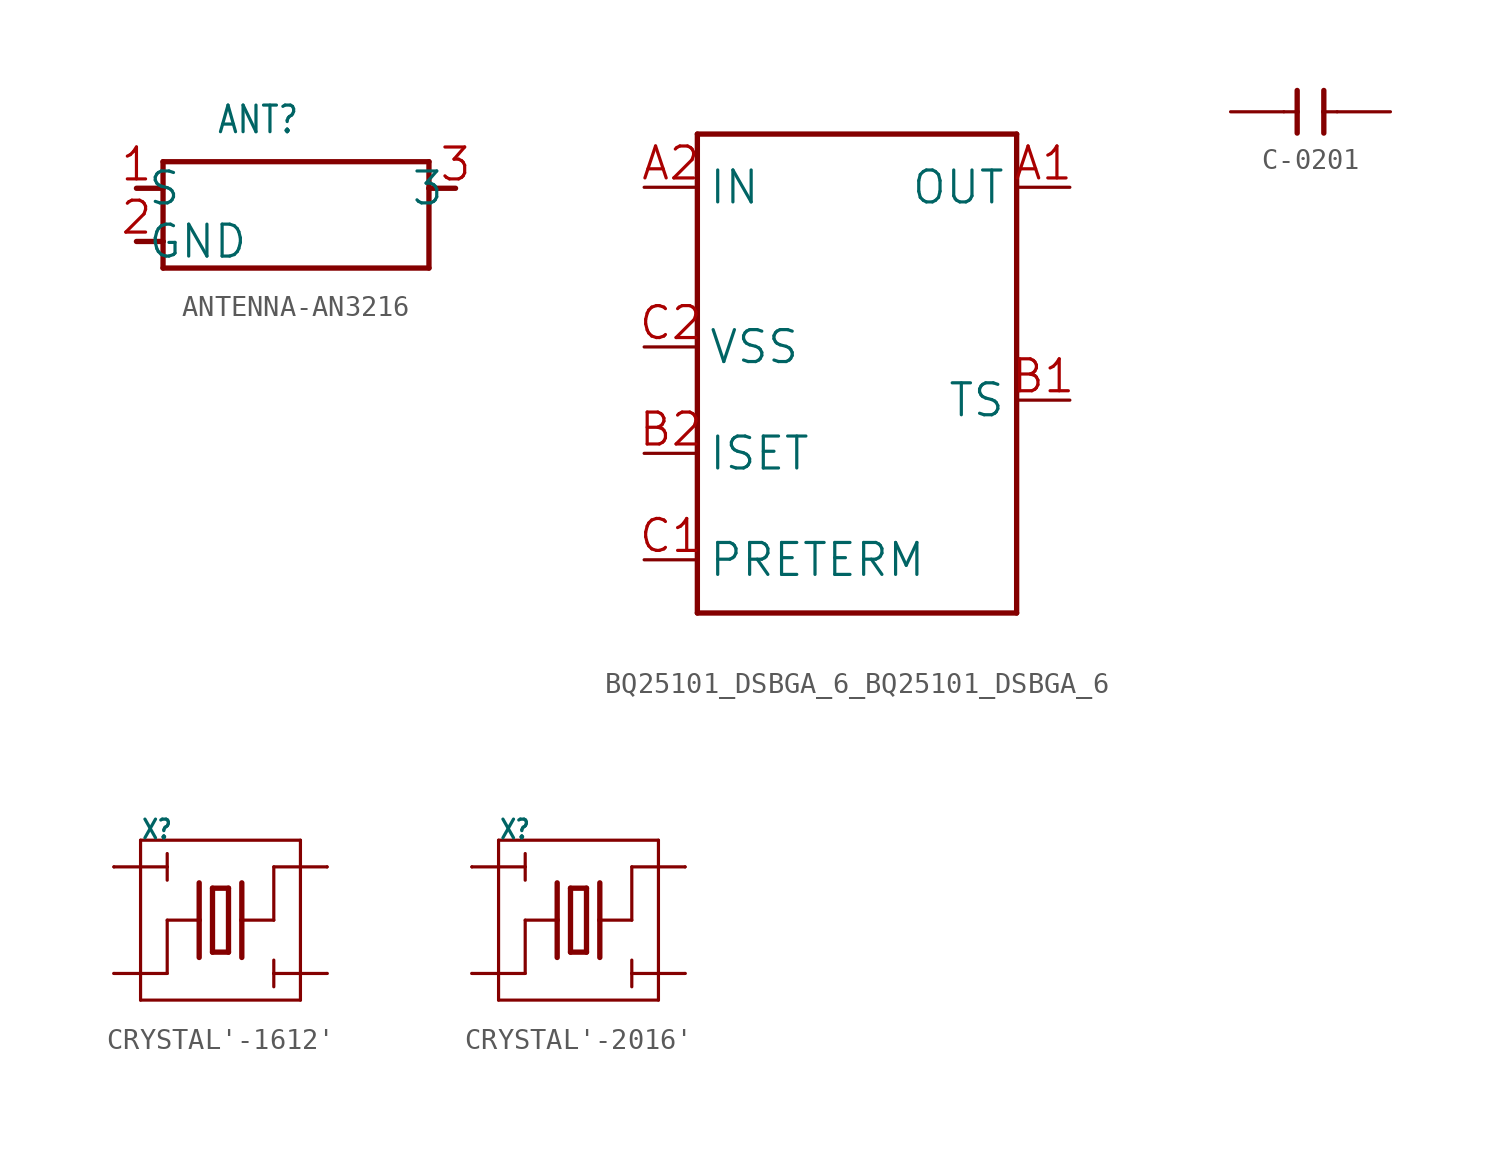
<source format=kicad_sym>
(kicad_symbol_lib
  (version 20241209)
  (generator "kicad_symbol_editor")
  (generator_version "9.0")
  (symbol "ANTENNA-AN3216"
    (property "Reference" "ANT"
      (at 0 5.08 0)
      (effects (font (size 1.27 1.079)) (justify left bottom)))
    (property "Value" ""
      (at 0 3.81 0)
      (effects (font (size 1.27 1.079)) (justify left bottom)))
    (property "ki_locked" ""
      (at 0 0 0)
      (effects (font (size 1.27 1.27))))
    (symbol "ANTENNA-AN3216_1_0"
      (polyline (pts (xy -3.81 2.54) (xy -2.54 2.54)) (stroke (width 0.254) (type solid)) (fill (type none)))
      (polyline (pts (xy -3.81 0) (xy -2.54 0)) (stroke (width 0.254) (type solid)) (fill (type none)))
      (polyline (pts (xy -2.54 3.81) (xy -2.54 2.54)) (stroke (width 0.254) (type solid)) (fill (type none)))
      (polyline (pts (xy -2.54 2.54) (xy -2.54 0)) (stroke (width 0.254) (type solid)) (fill (type none)))
      (polyline (pts (xy -2.54 0) (xy -2.54 -1.27)) (stroke (width 0.254) (type solid)) (fill (type none)))
      (polyline (pts (xy -2.54 -1.27) (xy 10.16 -1.27)) (stroke (width 0.254) (type solid)) (fill (type none)))
      (polyline (pts (xy 10.16 3.81) (xy -2.54 3.81)) (stroke (width 0.254) (type solid)) (fill (type none)))
      (polyline (pts (xy 10.16 2.54) (xy 10.16 3.81)) (stroke (width 0.254) (type solid)) (fill (type none)))
      (polyline (pts (xy 10.16 -1.27) (xy 10.16 2.54)) (stroke (width 0.254) (type solid)) (fill (type none)))
      (polyline (pts (xy 11.43 2.54) (xy 10.16 2.54)) (stroke (width 0.254) (type solid)) (fill (type none)))
      (pin bidirectional line (at -3.81 2.54 0) (length 0) (name "S" (effects (font (size 1.524 1.524)))) (number "1" (effects (font (size 1.524 1.524)))))
      (pin bidirectional line (at -3.81 0 0) (length 0) (name "GND" (effects (font (size 1.524 1.524)))) (number "2" (effects (font (size 1.524 1.524)))))
      (pin bidirectional line (at 11.43 2.54 180) (length 0) (name "3" (effects (font (size 1.524 1.524)))) (number "3" (effects (font (size 1.524 1.524)))))))
  (symbol "BQ25101_DSBGA_6_BQ25101_DSBGA_6"
    (property "Reference" "U"
      (at -10.16 12.7 0)
      (effects (font (size 1.778 1.511)) (justify left bottom) (hide yes)))
    (property "ki_locked" ""
      (at 0 0 0)
      (effects (font (size 1.27 1.27))))
    (symbol "BQ25101_DSBGA_6_BQ25101_DSBGA_6_1_0"
      (polyline (pts (xy -7.62 12.7) (xy 7.62 12.7)) (stroke (width 0.254) (type solid)) (fill (type none)))
      (polyline (pts (xy -7.62 -10.16) (xy -7.62 12.7)) (stroke (width 0.254) (type solid)) (fill (type none)))
      (polyline (pts (xy 7.62 12.7) (xy 7.62 -10.16)) (stroke (width 0.254) (type solid)) (fill (type none)))
      (polyline (pts (xy 7.62 -10.16) (xy -7.62 -10.16)) (stroke (width 0.254) (type solid)) (fill (type none)))
      (pin bidirectional line (at -10.16 10.16 0) (length 2.54) (name "IN" (effects (font (size 1.524 1.524)))) (number "A2" (effects (font (size 1.524 1.524)))))
      (pin bidirectional line (at -10.16 2.54 0) (length 2.54) (name "VSS" (effects (font (size 1.524 1.524)))) (number "C2" (effects (font (size 1.524 1.524)))))
      (pin bidirectional line (at -10.16 -2.54 0) (length 2.54) (name "ISET" (effects (font (size 1.524 1.524)))) (number "B2" (effects (font (size 1.524 1.524)))))
      (pin bidirectional line (at -10.16 -7.62 0) (length 2.54) (name "PRETERM" (effects (font (size 1.524 1.524)))) (number "C1" (effects (font (size 1.524 1.524)))))
      (pin bidirectional line (at 10.16 10.16 180) (length 2.54) (name "OUT" (effects (font (size 1.524 1.524)))) (number "A1" (effects (font (size 1.524 1.524)))))
      (pin bidirectional line (at 10.16 0 180) (length 2.54) (name "TS" (effects (font (size 1.524 1.524)))) (number "B1" (effects (font (size 1.524 1.524)))))))
  (symbol "C-0201"
    (property "Reference" "C"
      (at -2.54 0 0)
      (effects (font (size 0.635 0.54)) (justify left bottom) (hide yes)))
    (property "ki_locked" ""
      (at 0 0 0)
      (effects (font (size 1.27 1.27))))
    (symbol "C-0201_1_0"
      (polyline (pts (xy -1.27 0) (xy -0.635 0)) (stroke (width 0.152) (type solid)) (fill (type none)))
      (polyline (pts (xy -0.635 0) (xy -0.635 1.016)) (stroke (width 0.254) (type solid)) (fill (type none)))
      (polyline (pts (xy -0.635 -1.016) (xy -0.635 0)) (stroke (width 0.254) (type solid)) (fill (type none)))
      (polyline (pts (xy 0.635 1.016) (xy 0.635 0)) (stroke (width 0.254) (type solid)) (fill (type none)))
      (polyline (pts (xy 0.635 0) (xy 0.635 -1.016)) (stroke (width 0.254) (type solid)) (fill (type none)))
      (polyline (pts (xy 0.635 0) (xy 1.27 0)) (stroke (width 0.152) (type solid)) (fill (type none)))
      (pin passive line (at -3.81 0 0) (length 2.54) (name "1" (effects (font (size 0 0)))) (number "1" (effects (font (size 0 0)))))
      (pin passive line (at 3.81 0 180) (length 2.54) (name "2" (effects (font (size 0 0)))) (number "2" (effects (font (size 0 0)))))))
  (symbol "CRYSTAL'-1612'"
    (property "Reference" "X"
      (at -3.81 3.81 0)
      (effects (font (size 0.889 0.756)) (justify left bottom)))
    (property "Value" ""
      (at 0 3.81 0)
      (effects (font (size 0.889 0.756)) (justify left bottom)))
    (property "ki_locked" ""
      (at 0 0 0)
      (effects (font (size 1.27 1.27))))
    (symbol "CRYSTAL'-1612'_1_0"
      (polyline (pts (xy -3.81 3.81) (xy 3.81 3.81)) (stroke (width 0.152) (type solid)) (fill (type none)))
      (polyline (pts (xy -3.81 2.54) (xy -5.08 2.54)) (stroke (width 0.152) (type solid)) (fill (type none)))
      (polyline (pts (xy -3.81 2.54) (xy -3.81 3.81)) (stroke (width 0.152) (type solid)) (fill (type none)))
      (polyline (pts (xy -3.81 2.54) (xy -2.54 2.54)) (stroke (width 0.152) (type solid)) (fill (type none)))
      (polyline (pts (xy -3.81 -2.54) (xy -5.08 -2.54)) (stroke (width 0.152) (type solid)) (fill (type none)))
      (polyline (pts (xy -3.81 -2.54) (xy -3.81 2.54)) (stroke (width 0.152) (type solid)) (fill (type none)))
      (polyline (pts (xy -3.81 -3.81) (xy -3.81 -2.54)) (stroke (width 0.152) (type solid)) (fill (type none)))
      (polyline (pts (xy -2.54 2.54) (xy -2.54 3.175)) (stroke (width 0.152) (type solid)) (fill (type none)))
      (polyline (pts (xy -2.54 2.54) (xy -2.54 1.905)) (stroke (width 0.152) (type solid)) (fill (type none)))
      (polyline (pts (xy -2.54 0) (xy -1.016 0)) (stroke (width 0.152) (type solid)) (fill (type none)))
      (polyline (pts (xy -2.54 -2.54) (xy -3.81 -2.54)) (stroke (width 0.152) (type solid)) (fill (type none)))
      (polyline (pts (xy -2.54 -2.54) (xy -2.54 0)) (stroke (width 0.152) (type solid)) (fill (type none)))
      (polyline (pts (xy -1.016 1.778) (xy -1.016 0)) (stroke (width 0.254) (type solid)) (fill (type none)))
      (polyline (pts (xy -1.016 0) (xy -1.016 -1.778)) (stroke (width 0.254) (type solid)) (fill (type none)))
      (polyline (pts (xy -0.381 1.524) (xy -0.381 -1.524)) (stroke (width 0.254) (type solid)) (fill (type none)))
      (polyline (pts (xy -0.381 -1.524) (xy 0.381 -1.524)) (stroke (width 0.254) (type solid)) (fill (type none)))
      (polyline (pts (xy 0.381 1.524) (xy -0.381 1.524)) (stroke (width 0.254) (type solid)) (fill (type none)))
      (polyline (pts (xy 0.381 -1.524) (xy 0.381 1.524)) (stroke (width 0.254) (type solid)) (fill (type none)))
      (polyline (pts (xy 1.016 1.778) (xy 1.016 0)) (stroke (width 0.254) (type solid)) (fill (type none)))
      (polyline (pts (xy 1.016 0) (xy 1.016 -1.778)) (stroke (width 0.254) (type solid)) (fill (type none)))
      (polyline (pts (xy 1.016 0) (xy 2.54 0)) (stroke (width 0.152) (type solid)) (fill (type none)))
      (polyline (pts (xy 2.54 2.54) (xy 3.81 2.54)) (stroke (width 0.152) (type solid)) (fill (type none)))
      (polyline (pts (xy 2.54 0) (xy 2.54 2.54)) (stroke (width 0.152) (type solid)) (fill (type none)))
      (polyline (pts (xy 2.54 -2.54) (xy 2.54 -1.905)) (stroke (width 0.152) (type solid)) (fill (type none)))
      (polyline (pts (xy 2.54 -2.54) (xy 2.54 -3.175)) (stroke (width 0.152) (type solid)) (fill (type none)))
      (polyline (pts (xy 3.81 3.81) (xy 3.81 2.54)) (stroke (width 0.152) (type solid)) (fill (type none)))
      (polyline (pts (xy 3.81 2.54) (xy 3.81 -2.54)) (stroke (width 0.152) (type solid)) (fill (type none)))
      (polyline (pts (xy 3.81 2.54) (xy 5.08 2.54)) (stroke (width 0.152) (type solid)) (fill (type none)))
      (polyline (pts (xy 3.81 -2.54) (xy 2.54 -2.54)) (stroke (width 0.152) (type solid)) (fill (type none)))
      (polyline (pts (xy 3.81 -2.54) (xy 3.81 -3.81)) (stroke (width 0.152) (type solid)) (fill (type none)))
      (polyline (pts (xy 3.81 -2.54) (xy 5.08 -2.54)) (stroke (width 0.152) (type solid)) (fill (type none)))
      (polyline (pts (xy 3.81 -3.81) (xy -3.81 -3.81)) (stroke (width 0.152) (type solid)) (fill (type none)))
      (pin bidirectional line (at -5.08 2.54 0) (length 0) (name "1" (effects (font (size 0 0)))) (number "2" (effects (font (size 0 0)))))
      (pin passive line (at -5.08 -2.54 0) (length 0) (name "2" (effects (font (size 0 0)))) (number "1" (effects (font (size 0 0)))))
      (pin passive line (at 5.08 2.54 180) (length 0) (name "4" (effects (font (size 0 0)))) (number "3" (effects (font (size 0 0)))))
      (pin bidirectional line (at 5.08 -2.54 180) (length 0) (name "3" (effects (font (size 0 0)))) (number "4" (effects (font (size 0 0)))))))
  (symbol "CRYSTAL'-2016'"
    (property "Reference" "X"
      (at -3.81 3.81 0)
      (effects (font (size 0.889 0.756)) (justify left bottom)))
    (property "Value" ""
      (at 0 3.81 0)
      (effects (font (size 0.889 0.756)) (justify left bottom)))
    (property "ki_locked" ""
      (at 0 0 0)
      (effects (font (size 1.27 1.27))))
    (symbol "CRYSTAL'-2016'_1_0"
      (polyline (pts (xy -3.81 3.81) (xy 3.81 3.81)) (stroke (width 0.152) (type solid)) (fill (type none)))
      (polyline (pts (xy -3.81 2.54) (xy -5.08 2.54)) (stroke (width 0.152) (type solid)) (fill (type none)))
      (polyline (pts (xy -3.81 2.54) (xy -3.81 3.81)) (stroke (width 0.152) (type solid)) (fill (type none)))
      (polyline (pts (xy -3.81 2.54) (xy -2.54 2.54)) (stroke (width 0.152) (type solid)) (fill (type none)))
      (polyline (pts (xy -3.81 -2.54) (xy -5.08 -2.54)) (stroke (width 0.152) (type solid)) (fill (type none)))
      (polyline (pts (xy -3.81 -2.54) (xy -3.81 2.54)) (stroke (width 0.152) (type solid)) (fill (type none)))
      (polyline (pts (xy -3.81 -3.81) (xy -3.81 -2.54)) (stroke (width 0.152) (type solid)) (fill (type none)))
      (polyline (pts (xy -2.54 2.54) (xy -2.54 3.175)) (stroke (width 0.152) (type solid)) (fill (type none)))
      (polyline (pts (xy -2.54 2.54) (xy -2.54 1.905)) (stroke (width 0.152) (type solid)) (fill (type none)))
      (polyline (pts (xy -2.54 0) (xy -1.016 0)) (stroke (width 0.152) (type solid)) (fill (type none)))
      (polyline (pts (xy -2.54 -2.54) (xy -3.81 -2.54)) (stroke (width 0.152) (type solid)) (fill (type none)))
      (polyline (pts (xy -2.54 -2.54) (xy -2.54 0)) (stroke (width 0.152) (type solid)) (fill (type none)))
      (polyline (pts (xy -1.016 1.778) (xy -1.016 0)) (stroke (width 0.254) (type solid)) (fill (type none)))
      (polyline (pts (xy -1.016 0) (xy -1.016 -1.778)) (stroke (width 0.254) (type solid)) (fill (type none)))
      (polyline (pts (xy -0.381 1.524) (xy -0.381 -1.524)) (stroke (width 0.254) (type solid)) (fill (type none)))
      (polyline (pts (xy -0.381 -1.524) (xy 0.381 -1.524)) (stroke (width 0.254) (type solid)) (fill (type none)))
      (polyline (pts (xy 0.381 1.524) (xy -0.381 1.524)) (stroke (width 0.254) (type solid)) (fill (type none)))
      (polyline (pts (xy 0.381 -1.524) (xy 0.381 1.524)) (stroke (width 0.254) (type solid)) (fill (type none)))
      (polyline (pts (xy 1.016 1.778) (xy 1.016 0)) (stroke (width 0.254) (type solid)) (fill (type none)))
      (polyline (pts (xy 1.016 0) (xy 1.016 -1.778)) (stroke (width 0.254) (type solid)) (fill (type none)))
      (polyline (pts (xy 1.016 0) (xy 2.54 0)) (stroke (width 0.152) (type solid)) (fill (type none)))
      (polyline (pts (xy 2.54 2.54) (xy 3.81 2.54)) (stroke (width 0.152) (type solid)) (fill (type none)))
      (polyline (pts (xy 2.54 0) (xy 2.54 2.54)) (stroke (width 0.152) (type solid)) (fill (type none)))
      (polyline (pts (xy 2.54 -2.54) (xy 2.54 -1.905)) (stroke (width 0.152) (type solid)) (fill (type none)))
      (polyline (pts (xy 2.54 -2.54) (xy 2.54 -3.175)) (stroke (width 0.152) (type solid)) (fill (type none)))
      (polyline (pts (xy 3.81 3.81) (xy 3.81 2.54)) (stroke (width 0.152) (type solid)) (fill (type none)))
      (polyline (pts (xy 3.81 2.54) (xy 3.81 -2.54)) (stroke (width 0.152) (type solid)) (fill (type none)))
      (polyline (pts (xy 3.81 2.54) (xy 5.08 2.54)) (stroke (width 0.152) (type solid)) (fill (type none)))
      (polyline (pts (xy 3.81 -2.54) (xy 2.54 -2.54)) (stroke (width 0.152) (type solid)) (fill (type none)))
      (polyline (pts (xy 3.81 -2.54) (xy 3.81 -3.81)) (stroke (width 0.152) (type solid)) (fill (type none)))
      (polyline (pts (xy 3.81 -2.54) (xy 5.08 -2.54)) (stroke (width 0.152) (type solid)) (fill (type none)))
      (polyline (pts (xy 3.81 -3.81) (xy -3.81 -3.81)) (stroke (width 0.152) (type solid)) (fill (type none)))
      (pin bidirectional line (at -5.08 2.54 0) (length 0) (name "1" (effects (font (size 0 0)))) (number "1" (effects (font (size 0 0)))))
      (pin passive line (at -5.08 -2.54 0) (length 0) (name "2" (effects (font (size 0 0)))) (number "2" (effects (font (size 0 0)))))
      (pin passive line (at 5.08 2.54 180) (length 0) (name "4" (effects (font (size 0 0)))) (number "4" (effects (font (size 0 0)))))
      (pin bidirectional line (at 5.08 -2.54 180) (length 0) (name "3" (effects (font (size 0 0)))) (number "3" (effects (font (size 0 0))))))))
</source>
